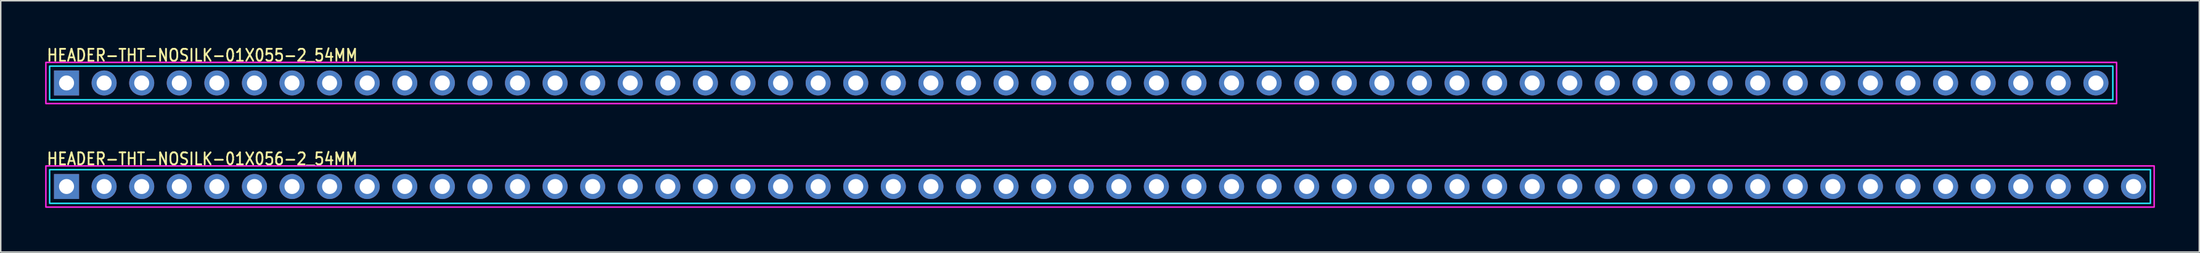
<source format=kicad_pcb>
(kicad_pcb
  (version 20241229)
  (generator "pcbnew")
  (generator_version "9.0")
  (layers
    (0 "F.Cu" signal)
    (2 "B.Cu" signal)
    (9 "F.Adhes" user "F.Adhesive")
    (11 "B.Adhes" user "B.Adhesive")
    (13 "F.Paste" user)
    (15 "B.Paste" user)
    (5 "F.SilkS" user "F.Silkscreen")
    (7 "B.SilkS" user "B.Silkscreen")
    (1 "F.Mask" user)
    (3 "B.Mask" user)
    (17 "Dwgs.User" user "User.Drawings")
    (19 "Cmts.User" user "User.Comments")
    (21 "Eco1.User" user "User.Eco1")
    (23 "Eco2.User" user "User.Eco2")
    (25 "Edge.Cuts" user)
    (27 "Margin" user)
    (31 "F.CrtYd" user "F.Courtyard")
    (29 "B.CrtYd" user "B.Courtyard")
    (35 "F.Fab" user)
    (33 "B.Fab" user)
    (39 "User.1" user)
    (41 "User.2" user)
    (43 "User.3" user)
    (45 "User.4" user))
  (footprint "HEADER-THT-NOSILK-01X056-2_54MM"
    (layer "F.Cu")
    (at 1.447 9.604)
    (property "Reference" "HEADER-THT-NOSILK-01X056-2_54MM" (at -1.4 -1.4 0) (unlocked yes) (layer "F.SilkS") (effects (font (size 0.813 0.695) (thickness 0.122)) (justify left bottom)))
    (fp_poly (pts (xy -1.143 -1.143) (xy 140.843 -1.143) (xy 140.843 1.143) (xy -1.143 1.143)) (stroke (width 0.1) (type solid)) (fill no) (layer "B.CrtYd"))
    (fp_poly (pts (xy -1.397 -1.397) (xy 141.097 -1.397) (xy 141.097 1.397) (xy -1.397 1.397)) (stroke (width 0.1) (type solid)) (fill no) (layer "F.CrtYd"))
    (pad "1" thru_hole rect (at 0 0) (size 1.693 1.693) (drill 1.016) (layers "*.Cu" "*.Mask"))
    (pad "2" thru_hole oval (at 2.54 0) (size 1.693 1.693) (drill 1.016) (layers "*.Cu" "*.Mask"))
    (pad "3" thru_hole oval (at 5.08 0) (size 1.693 1.693) (drill 1.016) (layers "*.Cu" "*.Mask"))
    (pad "4" thru_hole oval (at 7.62 0) (size 1.693 1.693) (drill 1.016) (layers "*.Cu" "*.Mask"))
    (pad "5" thru_hole oval (at 10.16 0) (size 1.693 1.693) (drill 1.016) (layers "*.Cu" "*.Mask"))
    (pad "6" thru_hole oval (at 12.7 0) (size 1.693 1.693) (drill 1.016) (layers "*.Cu" "*.Mask"))
    (pad "7" thru_hole oval (at 15.24 0) (size 1.693 1.693) (drill 1.016) (layers "*.Cu" "*.Mask"))
    (pad "8" thru_hole oval (at 17.78 0) (size 1.693 1.693) (drill 1.016) (layers "*.Cu" "*.Mask"))
    (pad "9" thru_hole oval (at 20.32 0) (size 1.693 1.693) (drill 1.016) (layers "*.Cu" "*.Mask"))
    (pad "10" thru_hole oval (at 22.86 0) (size 1.693 1.693) (drill 1.016) (layers "*.Cu" "*.Mask"))
    (pad "11" thru_hole oval (at 25.4 0) (size 1.693 1.693) (drill 1.016) (layers "*.Cu" "*.Mask"))
    (pad "12" thru_hole oval (at 27.94 0) (size 1.693 1.693) (drill 1.016) (layers "*.Cu" "*.Mask"))
    (pad "13" thru_hole oval (at 30.48 0) (size 1.693 1.693) (drill 1.016) (layers "*.Cu" "*.Mask"))
    (pad "14" thru_hole oval (at 33.02 0) (size 1.693 1.693) (drill 1.016) (layers "*.Cu" "*.Mask"))
    (pad "15" thru_hole oval (at 35.56 0) (size 1.693 1.693) (drill 1.016) (layers "*.Cu" "*.Mask"))
    (pad "16" thru_hole oval (at 38.1 0) (size 1.693 1.693) (drill 1.016) (layers "*.Cu" "*.Mask"))
    (pad "17" thru_hole oval (at 40.64 0) (size 1.693 1.693) (drill 1.016) (layers "*.Cu" "*.Mask"))
    (pad "18" thru_hole oval (at 43.18 0) (size 1.693 1.693) (drill 1.016) (layers "*.Cu" "*.Mask"))
    (pad "19" thru_hole oval (at 45.72 0) (size 1.693 1.693) (drill 1.016) (layers "*.Cu" "*.Mask"))
    (pad "20" thru_hole oval (at 48.26 0) (size 1.693 1.693) (drill 1.016) (layers "*.Cu" "*.Mask"))
    (pad "21" thru_hole oval (at 50.8 0) (size 1.693 1.693) (drill 1.016) (layers "*.Cu" "*.Mask"))
    (pad "22" thru_hole oval (at 53.34 0) (size 1.693 1.693) (drill 1.016) (layers "*.Cu" "*.Mask"))
    (pad "23" thru_hole oval (at 55.88 0) (size 1.693 1.693) (drill 1.016) (layers "*.Cu" "*.Mask"))
    (pad "24" thru_hole oval (at 58.42 0) (size 1.693 1.693) (drill 1.016) (layers "*.Cu" "*.Mask"))
    (pad "25" thru_hole oval (at 60.96 0) (size 1.693 1.693) (drill 1.016) (layers "*.Cu" "*.Mask"))
    (pad "26" thru_hole oval (at 63.5 0) (size 1.693 1.693) (drill 1.016) (layers "*.Cu" "*.Mask"))
    (pad "27" thru_hole oval (at 66.04 0) (size 1.693 1.693) (drill 1.016) (layers "*.Cu" "*.Mask"))
    (pad "28" thru_hole oval (at 68.58 0) (size 1.693 1.693) (drill 1.016) (layers "*.Cu" "*.Mask"))
    (pad "29" thru_hole oval (at 71.12 0) (size 1.693 1.693) (drill 1.016) (layers "*.Cu" "*.Mask"))
    (pad "30" thru_hole oval (at 73.66 0) (size 1.693 1.693) (drill 1.016) (layers "*.Cu" "*.Mask"))
    (pad "31" thru_hole oval (at 76.2 0) (size 1.693 1.693) (drill 1.016) (layers "*.Cu" "*.Mask"))
    (pad "32" thru_hole oval (at 78.74 0) (size 1.693 1.693) (drill 1.016) (layers "*.Cu" "*.Mask"))
    (pad "33" thru_hole oval (at 81.28 0) (size 1.693 1.693) (drill 1.016) (layers "*.Cu" "*.Mask"))
    (pad "34" thru_hole oval (at 83.82 0) (size 1.693 1.693) (drill 1.016) (layers "*.Cu" "*.Mask"))
    (pad "35" thru_hole oval (at 86.36 0) (size 1.693 1.693) (drill 1.016) (layers "*.Cu" "*.Mask"))
    (pad "36" thru_hole oval (at 88.9 0) (size 1.693 1.693) (drill 1.016) (layers "*.Cu" "*.Mask"))
    (pad "37" thru_hole oval (at 91.44 0) (size 1.693 1.693) (drill 1.016) (layers "*.Cu" "*.Mask"))
    (pad "38" thru_hole oval (at 93.98 0) (size 1.693 1.693) (drill 1.016) (layers "*.Cu" "*.Mask"))
    (pad "39" thru_hole oval (at 96.52 0) (size 1.693 1.693) (drill 1.016) (layers "*.Cu" "*.Mask"))
    (pad "40" thru_hole oval (at 99.06 0) (size 1.693 1.693) (drill 1.016) (layers "*.Cu" "*.Mask"))
    (pad "41" thru_hole oval (at 101.6 0) (size 1.693 1.693) (drill 1.016) (layers "*.Cu" "*.Mask"))
    (pad "42" thru_hole oval (at 104.14 0) (size 1.693 1.693) (drill 1.016) (layers "*.Cu" "*.Mask"))
    (pad "43" thru_hole oval (at 106.68 0) (size 1.693 1.693) (drill 1.016) (layers "*.Cu" "*.Mask"))
    (pad "44" thru_hole oval (at 109.22 0) (size 1.693 1.693) (drill 1.016) (layers "*.Cu" "*.Mask"))
    (pad "45" thru_hole oval (at 111.76 0) (size 1.693 1.693) (drill 1.016) (layers "*.Cu" "*.Mask"))
    (pad "46" thru_hole oval (at 114.3 0) (size 1.693 1.693) (drill 1.016) (layers "*.Cu" "*.Mask"))
    (pad "47" thru_hole oval (at 116.84 0) (size 1.693 1.693) (drill 1.016) (layers "*.Cu" "*.Mask"))
    (pad "48" thru_hole oval (at 119.38 0) (size 1.693 1.693) (drill 1.016) (layers "*.Cu" "*.Mask"))
    (pad "49" thru_hole oval (at 121.92 0) (size 1.693 1.693) (drill 1.016) (layers "*.Cu" "*.Mask"))
    (pad "50" thru_hole oval (at 124.46 0) (size 1.693 1.693) (drill 1.016) (layers "*.Cu" "*.Mask"))
    (pad "51" thru_hole oval (at 127 0) (size 1.693 1.693) (drill 1.016) (layers "*.Cu" "*.Mask"))
    (pad "52" thru_hole oval (at 129.54 0) (size 1.693 1.693) (drill 1.016) (layers "*.Cu" "*.Mask"))
    (pad "53" thru_hole oval (at 132.08 0) (size 1.693 1.693) (drill 1.016) (layers "*.Cu" "*.Mask"))
    (pad "54" thru_hole oval (at 134.62 0) (size 1.693 1.693) (drill 1.016) (layers "*.Cu" "*.Mask"))
    (pad "55" thru_hole oval (at 137.16 0) (size 1.693 1.693) (drill 1.016) (layers "*.Cu" "*.Mask"))
    (pad "56" thru_hole oval (at 139.7 0) (size 1.693 1.693) (drill 1.016) (layers "*.Cu" "*.Mask")))
  (footprint "HEADER-THT-NOSILK-01X055-2_54MM"
    (layer "F.Cu")
    (at 1.447 2.579)
    (property "Reference" "HEADER-THT-NOSILK-01X055-2_54MM" (at -1.4 -1.4 0) (unlocked yes) (layer "F.SilkS") (effects (font (size 0.813 0.695) (thickness 0.122)) (justify left bottom)))
    (fp_poly (pts (xy -1.143 -1.143) (xy 138.303 -1.143) (xy 138.303 1.143) (xy -1.143 1.143)) (stroke (width 0.1) (type solid)) (fill no) (layer "B.CrtYd"))
    (fp_poly (pts (xy -1.397 -1.397) (xy 138.557 -1.397) (xy 138.557 1.397) (xy -1.397 1.397)) (stroke (width 0.1) (type solid)) (fill no) (layer "F.CrtYd"))
    (pad "1" thru_hole rect (at 0 0) (size 1.693 1.693) (drill 1.016) (layers "*.Cu" "*.Mask"))
    (pad "2" thru_hole oval (at 2.54 0) (size 1.693 1.693) (drill 1.016) (layers "*.Cu" "*.Mask"))
    (pad "3" thru_hole oval (at 5.08 0) (size 1.693 1.693) (drill 1.016) (layers "*.Cu" "*.Mask"))
    (pad "4" thru_hole oval (at 7.62 0) (size 1.693 1.693) (drill 1.016) (layers "*.Cu" "*.Mask"))
    (pad "5" thru_hole oval (at 10.16 0) (size 1.693 1.693) (drill 1.016) (layers "*.Cu" "*.Mask"))
    (pad "6" thru_hole oval (at 12.7 0) (size 1.693 1.693) (drill 1.016) (layers "*.Cu" "*.Mask"))
    (pad "7" thru_hole oval (at 15.24 0) (size 1.693 1.693) (drill 1.016) (layers "*.Cu" "*.Mask"))
    (pad "8" thru_hole oval (at 17.78 0) (size 1.693 1.693) (drill 1.016) (layers "*.Cu" "*.Mask"))
    (pad "9" thru_hole oval (at 20.32 0) (size 1.693 1.693) (drill 1.016) (layers "*.Cu" "*.Mask"))
    (pad "10" thru_hole oval (at 22.86 0) (size 1.693 1.693) (drill 1.016) (layers "*.Cu" "*.Mask"))
    (pad "11" thru_hole oval (at 25.4 0) (size 1.693 1.693) (drill 1.016) (layers "*.Cu" "*.Mask"))
    (pad "12" thru_hole oval (at 27.94 0) (size 1.693 1.693) (drill 1.016) (layers "*.Cu" "*.Mask"))
    (pad "13" thru_hole oval (at 30.48 0) (size 1.693 1.693) (drill 1.016) (layers "*.Cu" "*.Mask"))
    (pad "14" thru_hole oval (at 33.02 0) (size 1.693 1.693) (drill 1.016) (layers "*.Cu" "*.Mask"))
    (pad "15" thru_hole oval (at 35.56 0) (size 1.693 1.693) (drill 1.016) (layers "*.Cu" "*.Mask"))
    (pad "16" thru_hole oval (at 38.1 0) (size 1.693 1.693) (drill 1.016) (layers "*.Cu" "*.Mask"))
    (pad "17" thru_hole oval (at 40.64 0) (size 1.693 1.693) (drill 1.016) (layers "*.Cu" "*.Mask"))
    (pad "18" thru_hole oval (at 43.18 0) (size 1.693 1.693) (drill 1.016) (layers "*.Cu" "*.Mask"))
    (pad "19" thru_hole oval (at 45.72 0) (size 1.693 1.693) (drill 1.016) (layers "*.Cu" "*.Mask"))
    (pad "20" thru_hole oval (at 48.26 0) (size 1.693 1.693) (drill 1.016) (layers "*.Cu" "*.Mask"))
    (pad "21" thru_hole oval (at 50.8 0) (size 1.693 1.693) (drill 1.016) (layers "*.Cu" "*.Mask"))
    (pad "22" thru_hole oval (at 53.34 0) (size 1.693 1.693) (drill 1.016) (layers "*.Cu" "*.Mask"))
    (pad "23" thru_hole oval (at 55.88 0) (size 1.693 1.693) (drill 1.016) (layers "*.Cu" "*.Mask"))
    (pad "24" thru_hole oval (at 58.42 0) (size 1.693 1.693) (drill 1.016) (layers "*.Cu" "*.Mask"))
    (pad "25" thru_hole oval (at 60.96 0) (size 1.693 1.693) (drill 1.016) (layers "*.Cu" "*.Mask"))
    (pad "26" thru_hole oval (at 63.5 0) (size 1.693 1.693) (drill 1.016) (layers "*.Cu" "*.Mask"))
    (pad "27" thru_hole oval (at 66.04 0) (size 1.693 1.693) (drill 1.016) (layers "*.Cu" "*.Mask"))
    (pad "28" thru_hole oval (at 68.58 0) (size 1.693 1.693) (drill 1.016) (layers "*.Cu" "*.Mask"))
    (pad "29" thru_hole oval (at 71.12 0) (size 1.693 1.693) (drill 1.016) (layers "*.Cu" "*.Mask"))
    (pad "30" thru_hole oval (at 73.66 0) (size 1.693 1.693) (drill 1.016) (layers "*.Cu" "*.Mask"))
    (pad "31" thru_hole oval (at 76.2 0) (size 1.693 1.693) (drill 1.016) (layers "*.Cu" "*.Mask"))
    (pad "32" thru_hole oval (at 78.74 0) (size 1.693 1.693) (drill 1.016) (layers "*.Cu" "*.Mask"))
    (pad "33" thru_hole oval (at 81.28 0) (size 1.693 1.693) (drill 1.016) (layers "*.Cu" "*.Mask"))
    (pad "34" thru_hole oval (at 83.82 0) (size 1.693 1.693) (drill 1.016) (layers "*.Cu" "*.Mask"))
    (pad "35" thru_hole oval (at 86.36 0) (size 1.693 1.693) (drill 1.016) (layers "*.Cu" "*.Mask"))
    (pad "36" thru_hole oval (at 88.9 0) (size 1.693 1.693) (drill 1.016) (layers "*.Cu" "*.Mask"))
    (pad "37" thru_hole oval (at 91.44 0) (size 1.693 1.693) (drill 1.016) (layers "*.Cu" "*.Mask"))
    (pad "38" thru_hole oval (at 93.98 0) (size 1.693 1.693) (drill 1.016) (layers "*.Cu" "*.Mask"))
    (pad "39" thru_hole oval (at 96.52 0) (size 1.693 1.693) (drill 1.016) (layers "*.Cu" "*.Mask"))
    (pad "40" thru_hole oval (at 99.06 0) (size 1.693 1.693) (drill 1.016) (layers "*.Cu" "*.Mask"))
    (pad "41" thru_hole oval (at 101.6 0) (size 1.693 1.693) (drill 1.016) (layers "*.Cu" "*.Mask"))
    (pad "42" thru_hole oval (at 104.14 0) (size 1.693 1.693) (drill 1.016) (layers "*.Cu" "*.Mask"))
    (pad "43" thru_hole oval (at 106.68 0) (size 1.693 1.693) (drill 1.016) (layers "*.Cu" "*.Mask"))
    (pad "44" thru_hole oval (at 109.22 0) (size 1.693 1.693) (drill 1.016) (layers "*.Cu" "*.Mask"))
    (pad "45" thru_hole oval (at 111.76 0) (size 1.693 1.693) (drill 1.016) (layers "*.Cu" "*.Mask"))
    (pad "46" thru_hole oval (at 114.3 0) (size 1.693 1.693) (drill 1.016) (layers "*.Cu" "*.Mask"))
    (pad "47" thru_hole oval (at 116.84 0) (size 1.693 1.693) (drill 1.016) (layers "*.Cu" "*.Mask"))
    (pad "48" thru_hole oval (at 119.38 0) (size 1.693 1.693) (drill 1.016) (layers "*.Cu" "*.Mask"))
    (pad "49" thru_hole oval (at 121.92 0) (size 1.693 1.693) (drill 1.016) (layers "*.Cu" "*.Mask"))
    (pad "50" thru_hole oval (at 124.46 0) (size 1.693 1.693) (drill 1.016) (layers "*.Cu" "*.Mask"))
    (pad "51" thru_hole oval (at 127 0) (size 1.693 1.693) (drill 1.016) (layers "*.Cu" "*.Mask"))
    (pad "52" thru_hole oval (at 129.54 0) (size 1.693 1.693) (drill 1.016) (layers "*.Cu" "*.Mask"))
    (pad "53" thru_hole oval (at 132.08 0) (size 1.693 1.693) (drill 1.016) (layers "*.Cu" "*.Mask"))
    (pad "54" thru_hole oval (at 134.62 0) (size 1.693 1.693) (drill 1.016) (layers "*.Cu" "*.Mask"))
    (pad "55" thru_hole oval (at 137.16 0) (size 1.693 1.693) (drill 1.016) (layers "*.Cu" "*.Mask")))
  (gr_rect
    (start -3 -3)
    (end 145.594 14.051)
    (stroke (width 0.1) (type default))
    (fill no)
    (layer "Edge.Cuts")))
</source>
